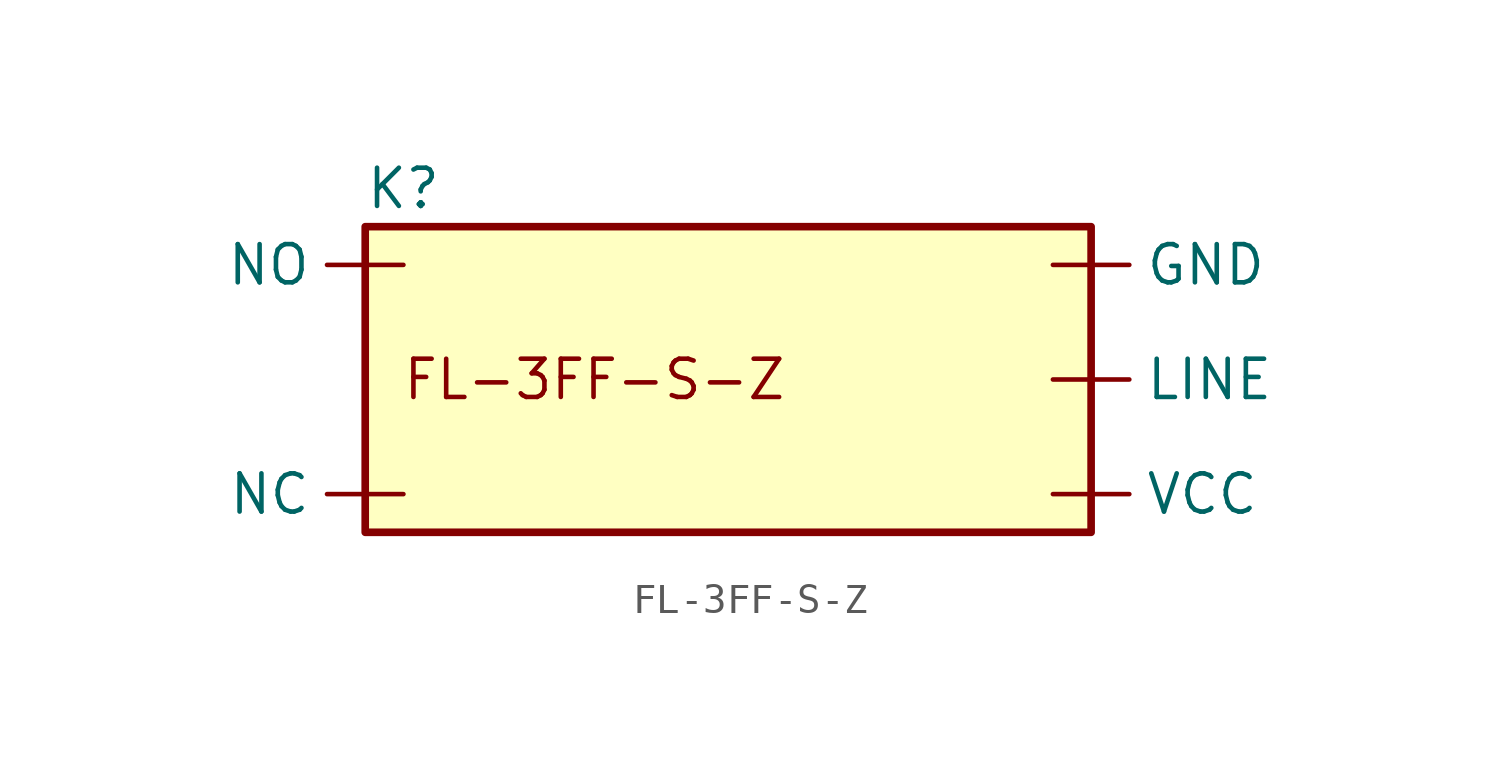
<source format=kicad_sym>
(kicad_symbol_lib
  (version 20220914)
  (generator kicad_symbol_editor)
  (symbol "FL-3FF-S-Z"
    (property "Reference" "K"
      (at -15.24 6.35 0)
      (do_not_autoplace)
      (effects (font (size 1.27 1.27))))
    (property "Value" ""
      (at 0 0 0)
      (effects (font (size 1.27 1.27))))
    (symbol "FL-3FF-S-Z_1_1"
      (rectangle (start -16.51 5.08) (end 7.62 -5.08) (stroke (width 0.254) (type default)) (fill (type background)))
      (text "FL-3FF-S-Z" (at -8.89 0 0) (effects (font (size 1.27 1.27))))
      (pin passive line (at 6.35 3.81 0) (length 2.54) (name "GND" (effects (font (size 1.27 1.27)))) (number "" (effects (font (size 1.27 1.27)))))
      (pin passive line (at 6.35 0 0) (length 2.54) (name "LINE" (effects (font (size 1.27 1.27)))) (number "" (effects (font (size 1.27 1.27)))))
      (pin output line (at -15.24 -3.81 180) (length 2.54) (name "NC" (effects (font (size 1.27 1.27)))) (number "" (effects (font (size 1.27 1.27)))))
      (pin output line (at -15.24 3.81 180) (length 2.54) (name "NO" (effects (font (size 1.27 1.27)))) (number "" (effects (font (size 1.27 1.27)))))
      (pin input line (at 6.35 -3.81 0) (length 2.54) (name "VCC" (effects (font (size 1.27 1.27)))) (number "" (effects (font (size 1.27 1.27))))))))
</source>
